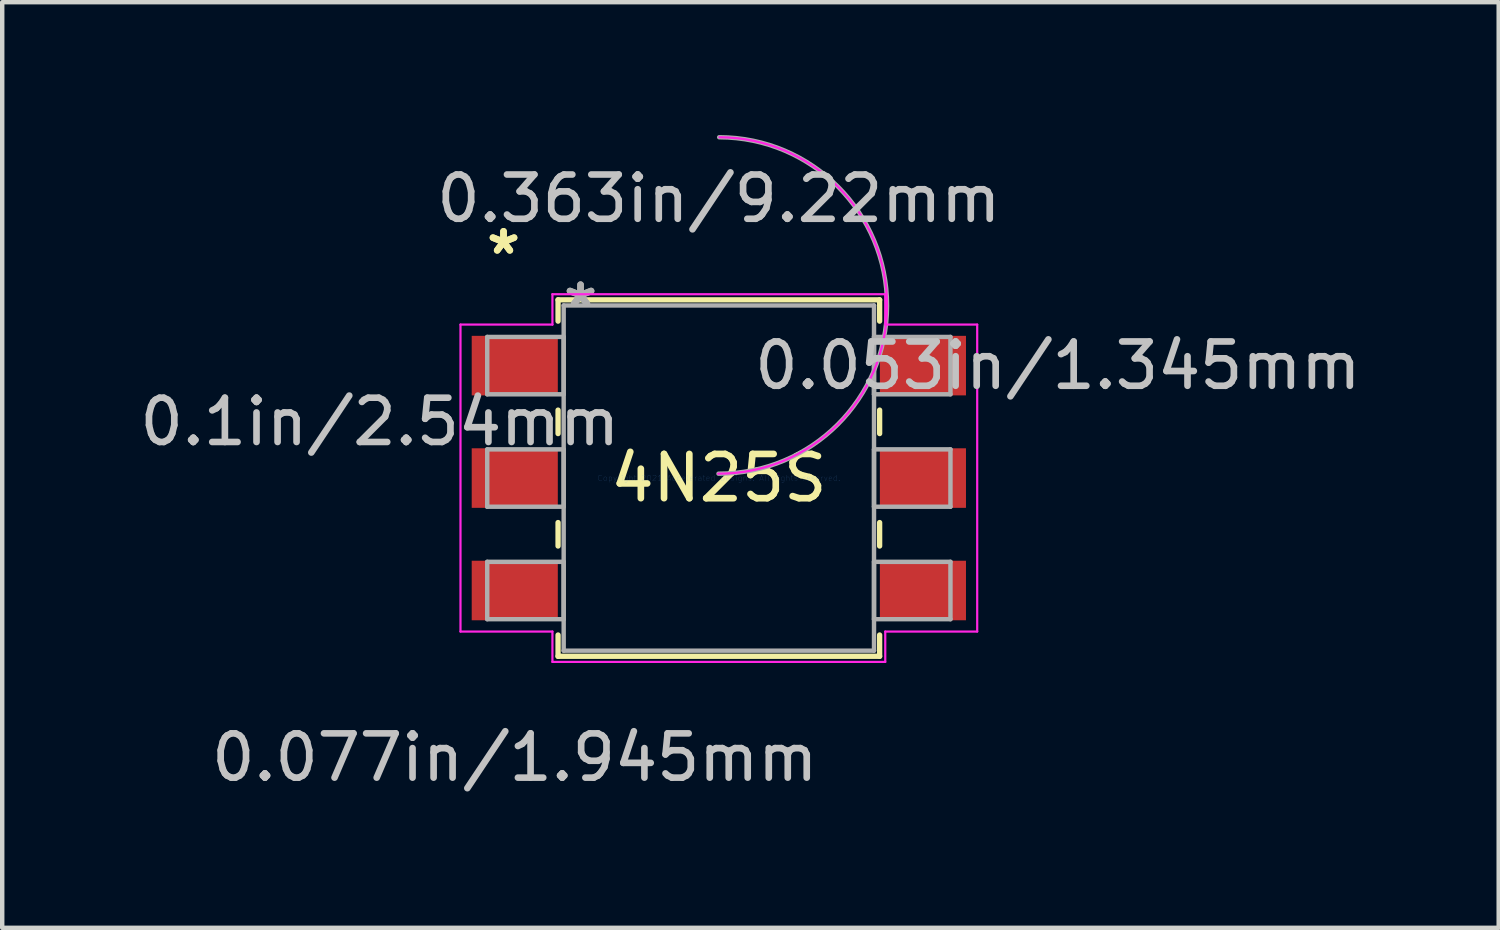
<source format=kicad_pcb>
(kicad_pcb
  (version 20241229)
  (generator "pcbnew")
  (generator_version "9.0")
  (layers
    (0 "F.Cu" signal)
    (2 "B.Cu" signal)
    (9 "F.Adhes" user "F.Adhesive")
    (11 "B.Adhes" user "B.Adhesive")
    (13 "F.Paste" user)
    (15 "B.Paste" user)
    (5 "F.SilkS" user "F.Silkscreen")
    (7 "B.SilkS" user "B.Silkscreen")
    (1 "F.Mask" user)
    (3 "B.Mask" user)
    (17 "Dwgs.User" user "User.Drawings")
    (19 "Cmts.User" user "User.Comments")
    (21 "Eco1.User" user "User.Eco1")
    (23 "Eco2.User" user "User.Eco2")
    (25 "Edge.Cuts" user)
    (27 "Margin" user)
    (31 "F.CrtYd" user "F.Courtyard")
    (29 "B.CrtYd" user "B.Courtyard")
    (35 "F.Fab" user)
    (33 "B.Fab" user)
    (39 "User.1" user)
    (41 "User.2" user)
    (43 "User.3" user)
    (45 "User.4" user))
  (footprint "4N25S"
    (layer "F.Cu")
    (at 13.188 7.749)
    (property "Reference" "4N25S" (at 0 0 0) (layer "F.SilkS") (effects (font (size 1 1) (thickness 0.15))))
    (attr through_hole)
    (fp_line (start -3.632 -4.026) (end -3.632 -3.545) (stroke (width 0.12) (type solid)) (layer "F.SilkS"))
    (fp_line (start -3.632 -1.535) (end -3.632 -1.005) (stroke (width 0.12) (type solid)) (layer "F.SilkS"))
    (fp_line (start -3.632 1.005) (end -3.632 1.535) (stroke (width 0.12) (type solid)) (layer "F.SilkS"))
    (fp_line (start -3.632 3.545) (end -3.632 4.026) (stroke (width 0.12) (type solid)) (layer "F.SilkS"))
    (fp_line (start -3.632 4.026) (end 3.632 4.026) (stroke (width 0.12) (type solid)) (layer "F.SilkS"))
    (fp_line (start 3.632 -4.026) (end -3.632 -4.026) (stroke (width 0.12) (type solid)) (layer "F.SilkS"))
    (fp_line (start 3.632 -3.545) (end 3.632 -4.026) (stroke (width 0.12) (type solid)) (layer "F.SilkS"))
    (fp_line (start 3.632 -1.005) (end 3.632 -1.535) (stroke (width 0.12) (type solid)) (layer "F.SilkS"))
    (fp_line (start 3.632 1.535) (end 3.632 1.005) (stroke (width 0.12) (type solid)) (layer "F.SilkS"))
    (fp_line (start 3.632 4.026) (end 3.632 3.545) (stroke (width 0.12) (type solid)) (layer "F.SilkS"))
    (fp_line (start -5.836 -3.467) (end -3.759 -3.467) (stroke (width 0.05) (type solid)) (layer "F.CrtYd"))
    (fp_line (start -5.836 3.467) (end -5.836 -3.467) (stroke (width 0.05) (type solid)) (layer "F.CrtYd"))
    (fp_line (start -3.759 -4.153) (end 3.759 -4.153) (stroke (width 0.05) (type solid)) (layer "F.CrtYd"))
    (fp_line (start -3.759 -3.467) (end -3.759 -4.153) (stroke (width 0.05) (type solid)) (layer "F.CrtYd"))
    (fp_line (start -3.759 3.467) (end -5.836 3.467) (stroke (width 0.05) (type solid)) (layer "F.CrtYd"))
    (fp_line (start -3.759 4.153) (end -3.759 3.467) (stroke (width 0.05) (type solid)) (layer "F.CrtYd"))
    (fp_line (start 3.759 -4.153) (end 3.759 -3.467) (stroke (width 0.05) (type solid)) (layer "F.CrtYd"))
    (fp_line (start 3.759 -3.467) (end 5.836 -3.467) (stroke (width 0.05) (type solid)) (layer "F.CrtYd"))
    (fp_line (start 3.759 3.467) (end 3.759 4.153) (stroke (width 0.05) (type solid)) (layer "F.CrtYd"))
    (fp_line (start 3.759 4.153) (end -3.759 4.153) (stroke (width 0.05) (type solid)) (layer "F.CrtYd"))
    (fp_line (start 5.836 -3.467) (end 5.836 3.467) (stroke (width 0.05) (type solid)) (layer "F.CrtYd"))
    (fp_line (start 5.836 3.467) (end 3.759 3.467) (stroke (width 0.05) (type solid)) (layer "F.CrtYd"))
    (fp_arc (start 0.014839 -7.698768) (mid 3.799868 -3.884061) (end -0.014839 -0.099032) (stroke (width 0.05) (type solid)) (layer "F.CrtYd"))
    (fp_line (start -5.232 -3.188) (end -5.232 -1.892) (stroke (width 0.1) (type solid)) (layer "F.Fab"))
    (fp_line (start -5.232 -1.892) (end -3.505 -1.892) (stroke (width 0.1) (type solid)) (layer "F.Fab"))
    (fp_line (start -5.232 -0.648) (end -5.232 0.648) (stroke (width 0.1) (type solid)) (layer "F.Fab"))
    (fp_line (start -5.232 0.648) (end -3.505 0.648) (stroke (width 0.1) (type solid)) (layer "F.Fab"))
    (fp_line (start -5.232 1.892) (end -5.232 3.188) (stroke (width 0.1) (type solid)) (layer "F.Fab"))
    (fp_line (start -5.232 3.188) (end -3.505 3.188) (stroke (width 0.1) (type solid)) (layer "F.Fab"))
    (fp_line (start -3.505 -3.899) (end -3.505 3.899) (stroke (width 0.1) (type solid)) (layer "F.Fab"))
    (fp_line (start -3.505 -3.188) (end -5.232 -3.188) (stroke (width 0.1) (type solid)) (layer "F.Fab"))
    (fp_line (start -3.505 -1.892) (end -3.505 -3.188) (stroke (width 0.1) (type solid)) (layer "F.Fab"))
    (fp_line (start -3.505 -0.648) (end -5.232 -0.648) (stroke (width 0.1) (type solid)) (layer "F.Fab"))
    (fp_line (start -3.505 0.648) (end -3.505 -0.648) (stroke (width 0.1) (type solid)) (layer "F.Fab"))
    (fp_line (start -3.505 1.892) (end -5.232 1.892) (stroke (width 0.1) (type solid)) (layer "F.Fab"))
    (fp_line (start -3.505 3.188) (end -3.505 1.892) (stroke (width 0.1) (type solid)) (layer "F.Fab"))
    (fp_line (start -3.505 3.899) (end 3.505 3.899) (stroke (width 0.1) (type solid)) (layer "F.Fab"))
    (fp_line (start 3.505 -3.899) (end -3.505 -3.899) (stroke (width 0.1) (type solid)) (layer "F.Fab"))
    (fp_line (start 3.505 -3.188) (end 3.505 -1.892) (stroke (width 0.1) (type solid)) (layer "F.Fab"))
    (fp_line (start 3.505 -1.892) (end 5.232 -1.892) (stroke (width 0.1) (type solid)) (layer "F.Fab"))
    (fp_line (start 3.505 -0.648) (end 3.505 0.648) (stroke (width 0.1) (type solid)) (layer "F.Fab"))
    (fp_line (start 3.505 0.648) (end 5.232 0.648) (stroke (width 0.1) (type solid)) (layer "F.Fab"))
    (fp_line (start 3.505 1.892) (end 3.505 3.188) (stroke (width 0.1) (type solid)) (layer "F.Fab"))
    (fp_line (start 3.505 3.188) (end 5.232 3.188) (stroke (width 0.1) (type solid)) (layer "F.Fab"))
    (fp_line (start 3.505 3.899) (end 3.505 -3.899) (stroke (width 0.1) (type solid)) (layer "F.Fab"))
    (fp_line (start 5.232 -3.188) (end 3.505 -3.188) (stroke (width 0.1) (type solid)) (layer "F.Fab"))
    (fp_line (start 5.232 -1.892) (end 5.232 -3.188) (stroke (width 0.1) (type solid)) (layer "F.Fab"))
    (fp_line (start 5.232 -0.648) (end 3.505 -0.648) (stroke (width 0.1) (type solid)) (layer "F.Fab"))
    (fp_line (start 5.232 0.648) (end 5.232 -0.648) (stroke (width 0.1) (type solid)) (layer "F.Fab"))
    (fp_line (start 5.232 1.892) (end 3.505 1.892) (stroke (width 0.1) (type solid)) (layer "F.Fab"))
    (fp_line (start 5.232 3.188) (end 5.232 1.892) (stroke (width 0.1) (type solid)) (layer "F.Fab"))
    (fp_arc (start 0.007742 -7.698768) (mid 3.799868 -3.891158) (end -0.007742 -0.099032) (stroke (width 0.1) (type solid)) (layer "F.Fab"))
    (fp_text user "*" (at -4.864 -5.028 0) (layer "F.SilkS") (effects (font (size 1 1) (thickness 0.15))))
    (fp_text user "*" (at -4.864 -5.028 0) (layer "F.SilkS") (effects (font (size 1 1) (thickness 0.15))))
    (fp_text user "0.077in/1.945mm" (at -4.61 6.312 0) (layer "Dwgs.User") (effects (font (size 1 1) (thickness 0.15))))
    (fp_text user "0.363in/9.22mm" (at 0 -6.312 0) (layer "Dwgs.User") (effects (font (size 1 1) (thickness 0.15))))
    (fp_text user "0.053in/1.345mm" (at 7.658 -2.54 0) (layer "Dwgs.User") (effects (font (size 1 1) (thickness 0.15))))
    (fp_text user "0.1in/2.54mm" (at -7.658 -1.27 0) (layer "Dwgs.User") (effects (font (size 1 1) (thickness 0.15))))
    (fp_text user "Copyright 2021 Accelerated Designs. All rights reserved." (at 0 0 0) (layer "Cmts.User") (effects (font (size 0.127 0.127) (thickness 0.002))))
    (fp_text user "*" (at -3.124 -3.823 0) (layer "F.Fab") (effects (font (size 1 1) (thickness 0.15))))
    (fp_text user "*" (at -3.124 -3.823 0) (layer "F.Fab") (effects (font (size 1 1) (thickness 0.15))))
    (pad "1" smd rect (at -4.61 -2.54) (size 1.945 1.345) (layers "F.Cu" "F.Mask" "F.Paste"))
    (pad "2" smd rect (at -4.61 0) (size 1.945 1.345) (layers "F.Cu" "F.Mask" "F.Paste"))
    (pad "3" smd rect (at -4.61 2.54) (size 1.945 1.345) (layers "F.Cu" "F.Mask" "F.Paste"))
    (pad "4" smd rect (at 4.61 2.54) (size 1.945 1.345) (layers "F.Cu" "F.Mask" "F.Paste"))
    (pad "5" smd rect (at 4.61 0) (size 1.945 1.345) (layers "F.Cu" "F.Mask" "F.Paste"))
    (pad "6" smd rect (at 4.61 -2.54) (size 1.945 1.345) (layers "F.Cu" "F.Mask" "F.Paste")))
  (gr_rect
    (start -3 -3)
    (end 30.804 17.909)
    (stroke (width 0.1) (type default))
    (fill no)
    (layer "Edge.Cuts")))
</source>
